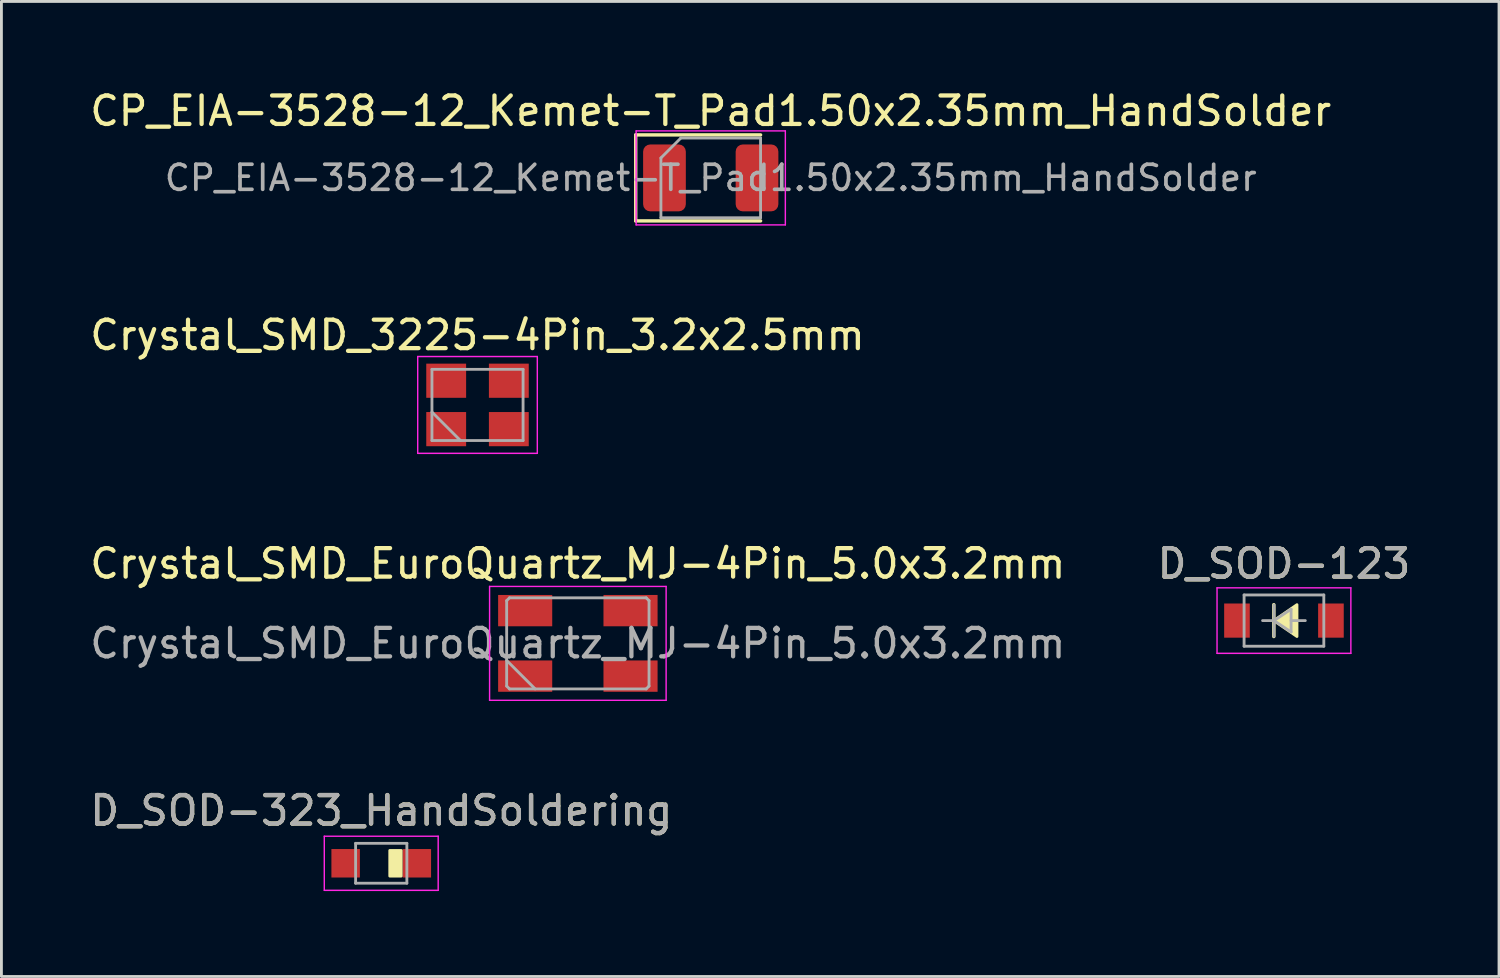
<source format=kicad_pcb>
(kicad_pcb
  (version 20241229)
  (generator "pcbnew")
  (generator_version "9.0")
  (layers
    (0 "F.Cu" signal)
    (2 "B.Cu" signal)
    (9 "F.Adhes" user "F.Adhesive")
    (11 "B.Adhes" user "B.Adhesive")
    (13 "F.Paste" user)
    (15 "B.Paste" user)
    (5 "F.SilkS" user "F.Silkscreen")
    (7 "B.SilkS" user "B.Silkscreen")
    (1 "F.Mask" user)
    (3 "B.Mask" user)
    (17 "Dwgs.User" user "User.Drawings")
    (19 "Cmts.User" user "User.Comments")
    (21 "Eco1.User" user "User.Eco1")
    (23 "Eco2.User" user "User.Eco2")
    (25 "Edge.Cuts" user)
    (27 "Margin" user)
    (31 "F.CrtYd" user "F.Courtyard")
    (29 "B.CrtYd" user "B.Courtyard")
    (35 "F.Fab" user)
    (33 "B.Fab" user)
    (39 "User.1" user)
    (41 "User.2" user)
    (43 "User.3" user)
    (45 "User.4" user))
  (footprint "Crystal_SMD_3225-4Pin_3.2x2.5mm"
    (layer "F.Cu")
    (at 13.72 11.171)
    (property "Reference" "Crystal_SMD_3225-4Pin_3.2x2.5mm" (at 0 -2.45 0) (layer "F.SilkS") (effects (font (size 1 1) (thickness 0.15))))
    (attr smd)
    (fp_line (start -2.1 -1.7) (end -2.1 1.7) (stroke (width 0.05) (type solid)) (layer "F.CrtYd"))
    (fp_line (start -2.1 1.7) (end 2.1 1.7) (stroke (width 0.05) (type solid)) (layer "F.CrtYd"))
    (fp_line (start 2.1 -1.7) (end -2.1 -1.7) (stroke (width 0.05) (type solid)) (layer "F.CrtYd"))
    (fp_line (start 2.1 1.7) (end 2.1 -1.7) (stroke (width 0.05) (type solid)) (layer "F.CrtYd"))
    (fp_line (start -1.6 -1.25) (end -1.6 1.25) (stroke (width 0.1) (type solid)) (layer "F.Fab"))
    (fp_line (start -1.6 0.25) (end -0.6 1.25) (stroke (width 0.1) (type solid)) (layer "F.Fab"))
    (fp_line (start -1.6 1.25) (end 1.6 1.25) (stroke (width 0.1) (type solid)) (layer "F.Fab"))
    (fp_line (start 1.6 -1.25) (end -1.6 -1.25) (stroke (width 0.1) (type solid)) (layer "F.Fab"))
    (fp_line (start 1.6 1.25) (end 1.6 -1.25) (stroke (width 0.1) (type solid)) (layer "F.Fab"))
    (pad "1" smd rect (at -1.1 0.85) (size 1.4 1.2) (layers "F.Cu" "F.Mask" "F.Paste"))
    (pad "2" smd rect (at 1.1 0.85) (size 1.4 1.2) (layers "F.Cu" "F.Mask" "F.Paste"))
    (pad "3" smd rect (at 1.1 -0.85) (size 1.4 1.2) (layers "F.Cu" "F.Mask" "F.Paste"))
    (pad "4" smd rect (at -1.1 -0.85) (size 1.4 1.2) (layers "F.Cu" "F.Mask" "F.Paste")))
  (footprint "D_SOD-123"
    (layer "F.Cu")
    (at 42.042 18.745)
    (property "Reference" "D_SOD-123" (at 0 -2 0) (layer "F.SilkS") (effects (font (size 1 1) (thickness 0.15))))
    (attr smd)
    (fp_line (start -0.356 -0.559) (end -0.356 0.559) (stroke (width 0.12) (type solid)) (layer "F.SilkS"))
    (fp_poly (pts (xy -0.356 0) (xy 0.457 -0.559) (xy 0.457 0.559)) (stroke (width 0.1) (type solid)) (fill yes) (layer "F.SilkS"))
    (fp_line (start -2.35 -1.15) (end -2.35 1.15) (stroke (width 0.05) (type solid)) (layer "F.CrtYd"))
    (fp_line (start -2.35 -1.15) (end 2.35 -1.15) (stroke (width 0.05) (type solid)) (layer "F.CrtYd"))
    (fp_line (start 2.35 -1.15) (end 2.35 1.15) (stroke (width 0.05) (type solid)) (layer "F.CrtYd"))
    (fp_line (start 2.35 1.15) (end -2.35 1.15) (stroke (width 0.05) (type solid)) (layer "F.CrtYd"))
    (fp_line (start -1.4 -0.9) (end 1.4 -0.9) (stroke (width 0.1) (type solid)) (layer "F.Fab"))
    (fp_line (start -1.4 0.9) (end -1.4 -0.9) (stroke (width 0.1) (type solid)) (layer "F.Fab"))
    (fp_line (start -0.75 0) (end -0.35 0) (stroke (width 0.1) (type solid)) (layer "F.Fab"))
    (fp_line (start -0.35 0) (end -0.35 -0.55) (stroke (width 0.1) (type solid)) (layer "F.Fab"))
    (fp_line (start -0.35 0) (end -0.35 0.55) (stroke (width 0.1) (type solid)) (layer "F.Fab"))
    (fp_line (start -0.35 0) (end 0.25 -0.4) (stroke (width 0.1) (type solid)) (layer "F.Fab"))
    (fp_line (start 0.25 -0.4) (end 0.25 0.4) (stroke (width 0.1) (type solid)) (layer "F.Fab"))
    (fp_line (start 0.25 0) (end 0.75 0) (stroke (width 0.1) (type solid)) (layer "F.Fab"))
    (fp_line (start 0.25 0.4) (end -0.35 0) (stroke (width 0.1) (type solid)) (layer "F.Fab"))
    (fp_line (start 1.4 -0.9) (end 1.4 0.9) (stroke (width 0.1) (type solid)) (layer "F.Fab"))
    (fp_line (start 1.4 0.9) (end -1.4 0.9) (stroke (width 0.1) (type solid)) (layer "F.Fab"))
    (fp_text user "${REFERENCE}" (at 0 -2 0) (layer "F.Fab") (effects (font (size 1 1) (thickness 0.15))))
    (pad "1" smd rect (at -1.65 0) (size 0.9 1.2) (layers "F.Cu" "F.Mask" "F.Paste"))
    (pad "2" smd rect (at 1.65 0) (size 0.9 1.2) (layers "F.Cu" "F.Mask" "F.Paste")))
  (footprint "D_SOD-323_HandSoldering"
    (layer "F.Cu")
    (at 10.339 27.268)
    (property "Reference" "D_SOD-323_HandSoldering" (at 0 -1.85 0) (layer "F.SilkS") (effects (font (size 1 1) (thickness 0.15))))
    (attr smd)
    (fp_poly (pts (xy 0.7 0.45) (xy 0.3 0.45) (xy 0.3 -0.45) (xy 0.7 -0.45)) (stroke (width 0.1) (type solid)) (fill yes) (layer "F.SilkS"))
    (fp_line (start -2 -0.95) (end -2 0.95) (stroke (width 0.05) (type solid)) (layer "F.CrtYd"))
    (fp_line (start -2 -0.95) (end 2 -0.95) (stroke (width 0.05) (type solid)) (layer "F.CrtYd"))
    (fp_line (start -2 0.95) (end 2 0.95) (stroke (width 0.05) (type solid)) (layer "F.CrtYd"))
    (fp_line (start 2 -0.95) (end 2 0.95) (stroke (width 0.05) (type solid)) (layer "F.CrtYd"))
    (fp_line (start -0.9 -0.7) (end 0.9 -0.7) (stroke (width 0.1) (type solid)) (layer "F.Fab"))
    (fp_line (start -0.9 0.7) (end -0.9 -0.7) (stroke (width 0.1) (type solid)) (layer "F.Fab"))
    (fp_line (start 0.9 -0.7) (end 0.9 0.7) (stroke (width 0.1) (type solid)) (layer "F.Fab"))
    (fp_line (start 0.9 0.7) (end -0.9 0.7) (stroke (width 0.1) (type solid)) (layer "F.Fab"))
    (fp_text user "${REFERENCE}" (at 0 -1.85 0) (layer "F.Fab") (effects (font (size 1 1) (thickness 0.15))))
    (pad "1" smd rect (at -1.25 0) (size 1 1) (layers "F.Cu" "F.Mask" "F.Paste"))
    (pad "2" smd rect (at 1.25 0) (size 1 1) (layers "F.Cu" "F.Mask" "F.Paste")))
  (footprint "Crystal_SMD_EuroQuartz_MJ-4Pin_5.0x3.2mm"
    (layer "F.Cu")
    (at 17.244 19.545)
    (property "Reference" "Crystal_SMD_EuroQuartz_MJ-4Pin_5.0x3.2mm" (at 0 -2.8 0) (layer "F.SilkS") (effects (font (size 1 1) (thickness 0.15))))
    (attr smd)
    (fp_line (start -3.1 -2) (end -3.1 2) (stroke (width 0.05) (type solid)) (layer "F.CrtYd"))
    (fp_line (start -3.1 2) (end 3.1 2) (stroke (width 0.05) (type solid)) (layer "F.CrtYd"))
    (fp_line (start 3.1 -2) (end -3.1 -2) (stroke (width 0.05) (type solid)) (layer "F.CrtYd"))
    (fp_line (start 3.1 2) (end 3.1 -2) (stroke (width 0.05) (type solid)) (layer "F.CrtYd"))
    (fp_line (start -2.5 -1.5) (end -2.4 -1.6) (stroke (width 0.1) (type solid)) (layer "F.Fab"))
    (fp_line (start -2.5 0.6) (end -1.5 1.6) (stroke (width 0.1) (type solid)) (layer "F.Fab"))
    (fp_line (start -2.5 1.5) (end -2.5 -1.5) (stroke (width 0.1) (type solid)) (layer "F.Fab"))
    (fp_line (start -2.4 -1.6) (end 2.4 -1.6) (stroke (width 0.1) (type solid)) (layer "F.Fab"))
    (fp_line (start -2.4 1.6) (end -2.5 1.5) (stroke (width 0.1) (type solid)) (layer "F.Fab"))
    (fp_line (start 2.4 -1.6) (end 2.5 -1.5) (stroke (width 0.1) (type solid)) (layer "F.Fab"))
    (fp_line (start 2.4 1.6) (end -2.4 1.6) (stroke (width 0.1) (type solid)) (layer "F.Fab"))
    (fp_line (start 2.5 -1.5) (end 2.5 1.5) (stroke (width 0.1) (type solid)) (layer "F.Fab"))
    (fp_line (start 2.5 1.5) (end 2.4 1.6) (stroke (width 0.1) (type solid)) (layer "F.Fab"))
    (fp_text user "${REFERENCE}" (at 0 0 0) (layer "F.Fab") (effects (font (size 1 1) (thickness 0.15))))
    (pad "1" smd rect (at -1.85 1.15) (size 1.9 1.1) (layers "F.Cu" "F.Mask" "F.Paste"))
    (pad "2" smd rect (at 1.85 1.15) (size 1.9 1.1) (layers "F.Cu" "F.Mask" "F.Paste"))
    (pad "3" smd rect (at 1.85 -1.15) (size 1.9 1.1) (layers "F.Cu" "F.Mask" "F.Paste"))
    (pad "4" smd rect (at -1.85 -1.15) (size 1.9 1.1) (layers "F.Cu" "F.Mask" "F.Paste")))
  (footprint "CP_EIA-3528-12_Kemet-T_Pad1.50x2.35mm_HandSolder"
    (layer "F.Cu")
    (at 21.911 3.198)
    (property "Reference" "CP_EIA-3528-12_Kemet-T_Pad1.50x2.35mm_HandSolder" (at 0 -2.35 0) (layer "F.SilkS") (effects (font (size 1 1) (thickness 0.15))))
    (attr smd)
    (fp_line (start -2.635 -1.51) (end -2.635 1.51) (stroke (width 0.12) (type solid)) (layer "F.SilkS"))
    (fp_line (start -2.635 1.51) (end 1.75 1.51) (stroke (width 0.12) (type solid)) (layer "F.SilkS"))
    (fp_line (start 1.75 -1.51) (end -2.635 -1.51) (stroke (width 0.12) (type solid)) (layer "F.SilkS"))
    (fp_line (start -2.62 -1.65) (end 2.62 -1.65) (stroke (width 0.05) (type solid)) (layer "F.CrtYd"))
    (fp_line (start -2.62 1.65) (end -2.62 -1.65) (stroke (width 0.05) (type solid)) (layer "F.CrtYd"))
    (fp_line (start 2.62 -1.65) (end 2.62 1.65) (stroke (width 0.05) (type solid)) (layer "F.CrtYd"))
    (fp_line (start 2.62 1.65) (end -2.62 1.65) (stroke (width 0.05) (type solid)) (layer "F.CrtYd"))
    (fp_line (start -1.75 -0.7) (end -1.75 1.4) (stroke (width 0.1) (type solid)) (layer "F.Fab"))
    (fp_line (start -1.75 1.4) (end 1.75 1.4) (stroke (width 0.1) (type solid)) (layer "F.Fab"))
    (fp_line (start -1.05 -1.4) (end -1.75 -0.7) (stroke (width 0.1) (type solid)) (layer "F.Fab"))
    (fp_line (start 1.75 -1.4) (end -1.05 -1.4) (stroke (width 0.1) (type solid)) (layer "F.Fab"))
    (fp_line (start 1.75 1.4) (end 1.75 -1.4) (stroke (width 0.1) (type solid)) (layer "F.Fab"))
    (fp_text user "${REFERENCE}" (at 0 0 0) (layer "F.Fab") (effects (font (size 0.88 0.88) (thickness 0.13))))
    (pad "1" smd roundrect (at -1.625 0) (size 1.5 2.35) (layers "F.Cu" "F.Mask" "F.Paste") (roundrect_rratio 0.167))
    (pad "2" smd roundrect (at 1.625 0) (size 1.5 2.35) (layers "F.Cu" "F.Mask" "F.Paste") (roundrect_rratio 0.167)))
  (gr_rect
    (start -3 -3)
    (end 49.595 31.243)
    (stroke (width 0.1) (type default))
    (fill no)
    (layer "Edge.Cuts")))
</source>
